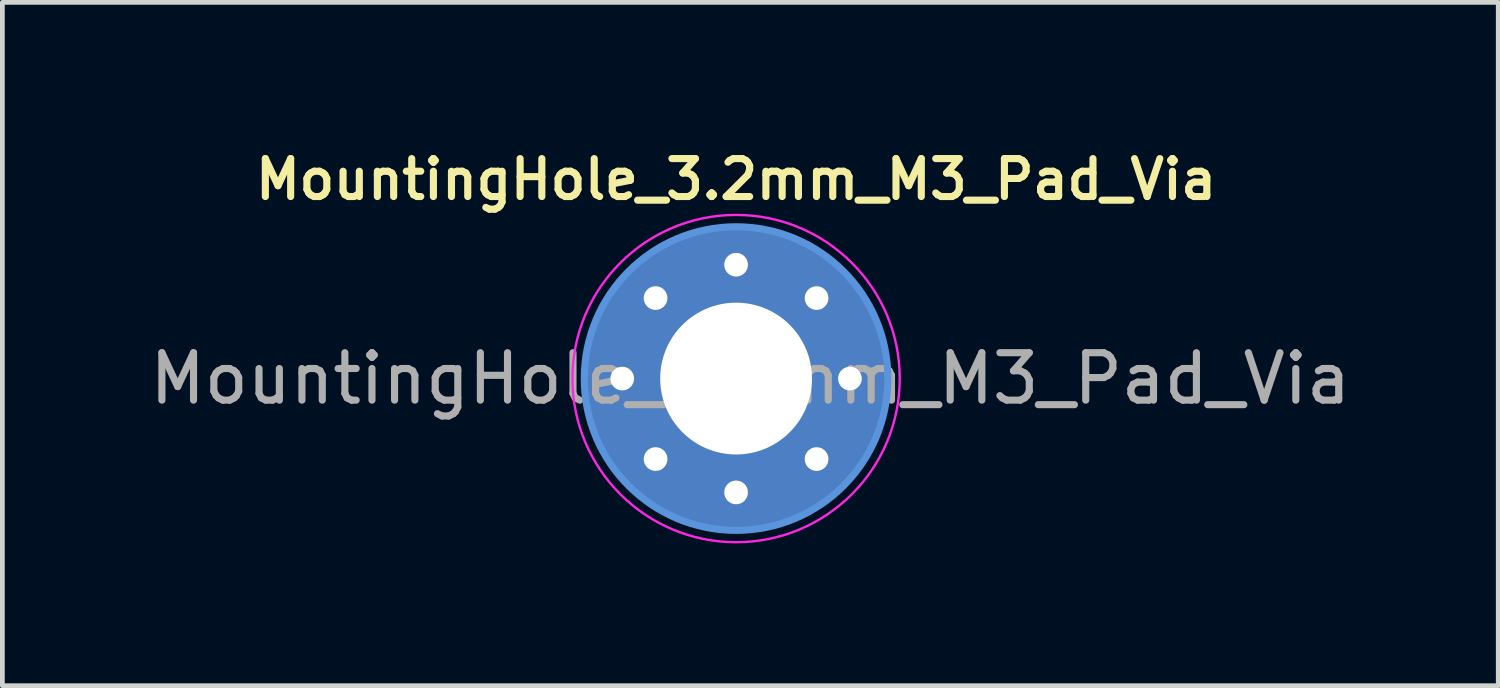
<source format=kicad_pcb>
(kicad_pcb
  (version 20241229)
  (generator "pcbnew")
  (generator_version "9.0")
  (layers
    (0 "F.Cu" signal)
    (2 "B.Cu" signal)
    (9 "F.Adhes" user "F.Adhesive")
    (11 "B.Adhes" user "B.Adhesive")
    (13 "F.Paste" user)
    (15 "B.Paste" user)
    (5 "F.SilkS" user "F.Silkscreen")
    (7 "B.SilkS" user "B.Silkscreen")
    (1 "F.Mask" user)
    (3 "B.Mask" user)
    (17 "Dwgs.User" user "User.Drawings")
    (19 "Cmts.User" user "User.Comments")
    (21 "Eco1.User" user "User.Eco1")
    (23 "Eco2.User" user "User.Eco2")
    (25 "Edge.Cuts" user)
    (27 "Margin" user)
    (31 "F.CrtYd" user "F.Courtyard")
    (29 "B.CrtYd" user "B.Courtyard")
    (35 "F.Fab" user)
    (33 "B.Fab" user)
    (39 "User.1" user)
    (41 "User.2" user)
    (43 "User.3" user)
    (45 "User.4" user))
  (footprint "MountingHole_3.2mm_M3_Pad_Via"
    (layer "F.Cu")
    (at 12.468 4.931)
    (property "Reference" "MountingHole_3.2mm_M3_Pad_Via" (at 0 -4.2 0) (layer "F.SilkS") (effects (font (size 0.8 0.8) (thickness 0.15))))
    (attr exclude_from_pos_files exclude_from_bom)
    (fp_circle (center 0 0) (end 3.2 0) (stroke (width 0.15) (type solid)) (fill no) (layer "Cmts.User"))
    (fp_circle (center 0 0) (end 3.45 0) (stroke (width 0.05) (type solid)) (fill no) (layer "F.CrtYd"))
    (fp_text user "${REFERENCE}" (at 0.3 0 0) (layer "F.Fab") (effects (font (size 1 1) (thickness 0.15))))
    (pad "1" thru_hole circle (at -2.4 0) (size 0.8 0.8) (drill 0.5) (layers "*.Cu" "*.Mask"))
    (pad "1" thru_hole circle (at -1.697 -1.697) (size 0.8 0.8) (drill 0.5) (layers "*.Cu" "*.Mask"))
    (pad "1" thru_hole circle (at -1.697 1.697) (size 0.8 0.8) (drill 0.5) (layers "*.Cu" "*.Mask"))
    (pad "1" thru_hole circle (at 0 -2.4) (size 0.8 0.8) (drill 0.5) (layers "*.Cu" "*.Mask"))
    (pad "1" thru_hole circle (at 0 0) (size 6.4 6.4) (drill 3.2) (layers "*.Cu" "*.Mask"))
    (pad "1" thru_hole circle (at 0 2.4) (size 0.8 0.8) (drill 0.5) (layers "*.Cu" "*.Mask"))
    (pad "1" thru_hole circle (at 1.697 -1.697) (size 0.8 0.8) (drill 0.5) (layers "*.Cu" "*.Mask"))
    (pad "1" thru_hole circle (at 1.697 1.697) (size 0.8 0.8) (drill 0.5) (layers "*.Cu" "*.Mask"))
    (pad "1" thru_hole circle (at 2.4 0) (size 0.8 0.8) (drill 0.5) (layers "*.Cu" "*.Mask")))
  (gr_rect
    (start -3 -3)
    (end 28.536 11.406)
    (stroke (width 0.1) (type default))
    (fill no)
    (layer "Edge.Cuts")))
</source>
